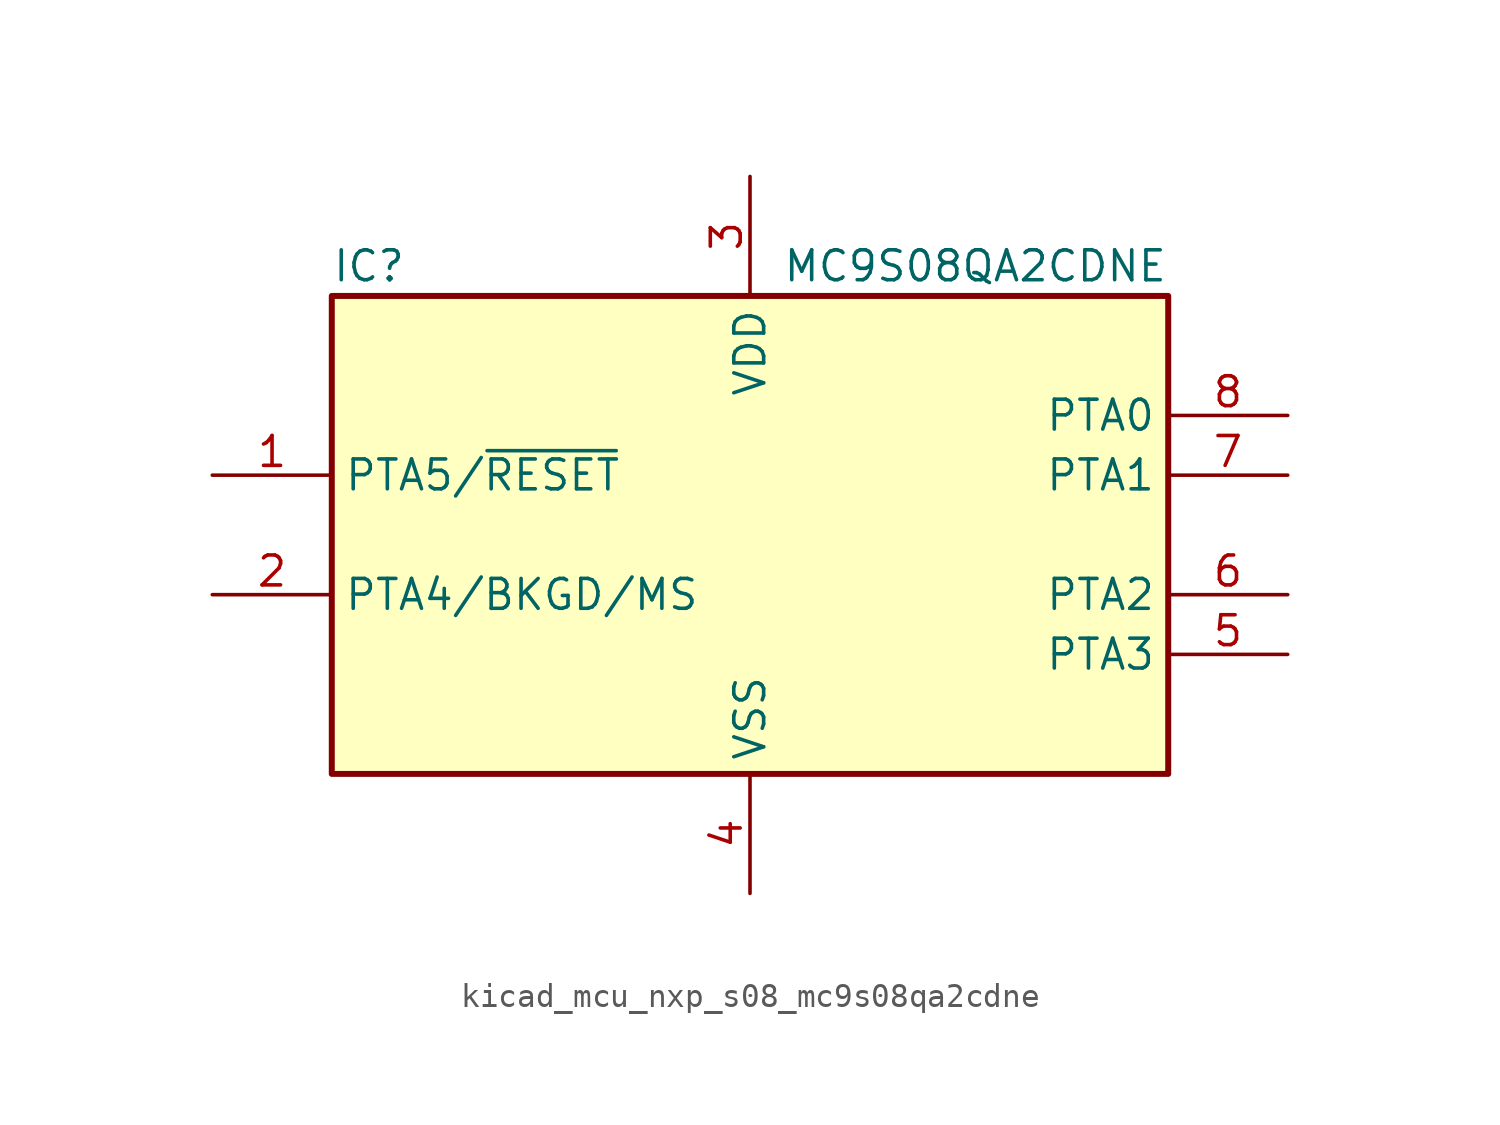
<source format=kicad_sym>
(kicad_symbol_lib
  (version 20220914)
  (generator kicad_symbol_editor)
  (symbol "kicad_mcu_nxp_s08_mc9s08qa2cdne"
    (property "Reference" "IC"
      (at -17.78 11.43 0)
      (effects (font (size 1.27 1.27)) (justify left)))
    (property "Value" "MC9S08QA2CDNE"
      (at 17.78 11.43 0)
      (effects (font (size 1.27 1.27)) (justify right)))
    (symbol "kicad_mcu_nxp_s08_mc9s08qa2cdne_0_1"
      (rectangle (start -17.78 10.16) (end 17.78 -10.16) (stroke (width 0.254) (type default)) (fill (type background))))
    (symbol "kicad_mcu_nxp_s08_mc9s08qa2cdne_1_1"
      (pin bidirectional line (at -22.86 2.54 0) (length 5.08) (name "PTA5/~{RESET}" (effects (font (size 1.27 1.27)))) (number "1" (effects (font (size 1.27 1.27)))))
      (pin bidirectional line (at -22.86 -2.54 0) (length 5.08) (name "PTA4/BKGD/MS" (effects (font (size 1.27 1.27)))) (number "2" (effects (font (size 1.27 1.27)))))
      (pin power_in line (at 0 15.24 270) (length 5.08) (name "VDD" (effects (font (size 1.27 1.27)))) (number "3" (effects (font (size 1.27 1.27)))))
      (pin power_in line (at 0 -15.24 90) (length 5.08) (name "VSS" (effects (font (size 1.27 1.27)))) (number "4" (effects (font (size 1.27 1.27)))))
      (pin bidirectional line (at 22.86 -5.08 180) (length 5.08) (name "PTA3" (effects (font (size 1.27 1.27)))) (number "5" (effects (font (size 1.27 1.27)))))
      (pin bidirectional line (at 22.86 -2.54 180) (length 5.08) (name "PTA2" (effects (font (size 1.27 1.27)))) (number "6" (effects (font (size 1.27 1.27)))))
      (pin bidirectional line (at 22.86 2.54 180) (length 5.08) (name "PTA1" (effects (font (size 1.27 1.27)))) (number "7" (effects (font (size 1.27 1.27)))))
      (pin bidirectional line (at 22.86 5.08 180) (length 5.08) (name "PTA0" (effects (font (size 1.27 1.27)))) (number "8" (effects (font (size 1.27 1.27))))))))
</source>
